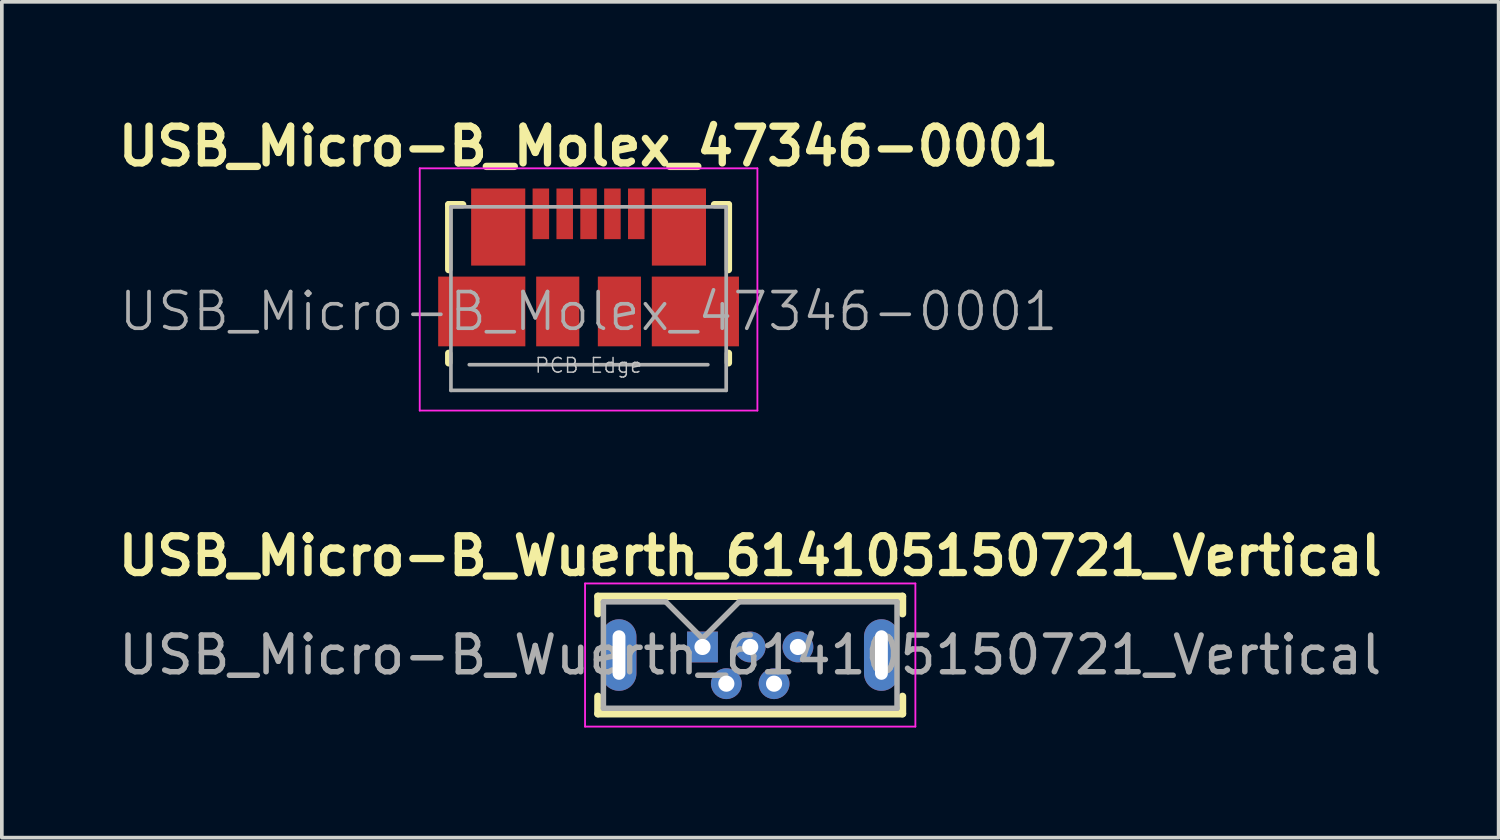
<source format=kicad_pcb>
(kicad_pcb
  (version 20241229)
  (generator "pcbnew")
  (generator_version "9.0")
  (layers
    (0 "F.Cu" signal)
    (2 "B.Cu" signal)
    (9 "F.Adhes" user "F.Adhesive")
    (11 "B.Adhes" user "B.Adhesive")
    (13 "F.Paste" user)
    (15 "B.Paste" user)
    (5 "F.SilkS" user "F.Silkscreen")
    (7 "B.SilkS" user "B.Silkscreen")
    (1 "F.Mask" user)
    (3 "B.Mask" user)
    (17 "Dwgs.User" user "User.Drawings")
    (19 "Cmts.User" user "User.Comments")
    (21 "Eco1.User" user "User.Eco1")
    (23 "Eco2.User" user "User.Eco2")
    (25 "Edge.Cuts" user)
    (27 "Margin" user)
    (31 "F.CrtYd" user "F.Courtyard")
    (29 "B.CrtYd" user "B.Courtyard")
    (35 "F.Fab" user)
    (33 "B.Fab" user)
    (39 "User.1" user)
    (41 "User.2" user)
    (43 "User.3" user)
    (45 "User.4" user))
  (footprint "USB_Micro-B_Wuerth_614105150721_Vertical"
    (layer "F.Cu")
    (at 16.09 14.577)
    (property "Reference" "USB_Micro-B_Wuerth_614105150721_Vertical" (at 1.3 -2.48 0) (layer "F.SilkS") (effects (font (size 1 1) (thickness 0.2))))
    (attr through_hole)
    (fp_line (start -2.85 -1.38) (end 5.45 -1.38) (stroke (width 0.2) (type solid)) (layer "F.SilkS"))
    (fp_line (start -2.85 -0.905) (end -2.85 -1.38) (stroke (width 0.2) (type solid)) (layer "F.SilkS"))
    (fp_line (start -2.85 1.345) (end -2.85 1.82) (stroke (width 0.2) (type solid)) (layer "F.SilkS"))
    (fp_line (start -2.85 1.82) (end 5.45 1.82) (stroke (width 0.2) (type solid)) (layer "F.SilkS"))
    (fp_line (start 5.45 -1.38) (end 5.45 -0.905) (stroke (width 0.2) (type solid)) (layer "F.SilkS"))
    (fp_line (start 5.45 1.82) (end 5.45 1.345) (stroke (width 0.2) (type solid)) (layer "F.SilkS"))
    (fp_line (start -3.2 -1.73) (end -3.2 2.17) (stroke (width 0.05) (type solid)) (layer "F.CrtYd"))
    (fp_line (start -3.2 2.17) (end 5.8 2.17) (stroke (width 0.05) (type solid)) (layer "F.CrtYd"))
    (fp_line (start 5.8 -1.73) (end -3.2 -1.73) (stroke (width 0.05) (type solid)) (layer "F.CrtYd"))
    (fp_line (start 5.8 2.17) (end 5.8 -1.73) (stroke (width 0.05) (type solid)) (layer "F.CrtYd"))
    (fp_line (start -2.7 -1.23) (end -1 -1.23) (stroke (width 0.15) (type solid)) (layer "F.Fab"))
    (fp_line (start -2.7 1.67) (end -2.7 -1.23) (stroke (width 0.15) (type solid)) (layer "F.Fab"))
    (fp_line (start -1 -1.23) (end 0 -0.23) (stroke (width 0.15) (type solid)) (layer "F.Fab"))
    (fp_line (start 0 -0.23) (end 1 -1.23) (stroke (width 0.15) (type solid)) (layer "F.Fab"))
    (fp_line (start 1 -1.23) (end 5.3 -1.23) (stroke (width 0.15) (type solid)) (layer "F.Fab"))
    (fp_line (start 5.3 -1.23) (end 5.3 1.67) (stroke (width 0.15) (type solid)) (layer "F.Fab"))
    (fp_line (start 5.3 1.67) (end -2.7 1.67) (stroke (width 0.15) (type solid)) (layer "F.Fab"))
    (fp_text user "${REFERENCE}" (at 1.3 0.22 0) (layer "F.Fab") (effects (font (size 1 1) (thickness 0.15))))
    (pad "1" thru_hole rect (at 0 0) (size 0.84 0.84) (drill 0.44) (layers "*.Cu" "*.Mask"))
    (pad "2" thru_hole circle (at 0.65 1) (size 0.84 0.84) (drill 0.44) (layers "*.Cu" "*.Mask"))
    (pad "3" thru_hole circle (at 1.3 0) (size 0.84 0.84) (drill 0.44) (layers "*.Cu" "*.Mask"))
    (pad "4" thru_hole circle (at 1.95 1) (size 0.84 0.84) (drill 0.44) (layers "*.Cu" "*.Mask"))
    (pad "5" thru_hole oval (at -2.275 0.22) (size 0.95 1.95) (drill oval 0.35 1.35) (layers "*.Cu" "*.Mask"))
    (pad "5" thru_hole circle (at 2.6 0) (size 0.84 0.84) (drill 0.44) (layers "*.Cu" "*.Mask"))
    (pad "5" thru_hole oval (at 4.875 0.22) (size 0.95 1.95) (drill oval 0.35 1.35) (layers "*.Cu" "*.Mask")))
  (footprint "USB_Micro-B_Molex_47346-0001"
    (layer "F.Cu")
    (at 12.986 4.236)
    (property "Reference" "USB_Micro-B_Molex_47346-0001" (at 0 -3.3 180) (layer "F.SilkS") (effects (font (size 1 1) (thickness 0.2))))
    (attr smd)
    (fp_line (start -3.81 -1.71) (end -3.43 -1.71) (stroke (width 0.2) (type solid)) (layer "F.SilkS"))
    (fp_line (start -3.81 0.06) (end -3.81 -1.71) (stroke (width 0.2) (type solid)) (layer "F.SilkS"))
    (fp_line (start -3.81 2.6) (end -3.81 2.34) (stroke (width 0.2) (type solid)) (layer "F.SilkS"))
    (fp_line (start 3.81 -1.71) (end 3.43 -1.71) (stroke (width 0.2) (type solid)) (layer "F.SilkS"))
    (fp_line (start 3.81 -1.71) (end 3.81 0.06) (stroke (width 0.2) (type solid)) (layer "F.SilkS"))
    (fp_line (start 3.81 2.34) (end 3.81 2.6) (stroke (width 0.2) (type solid)) (layer "F.SilkS"))
    (fp_line (start -4.6 -2.7) (end 4.6 -2.7) (stroke (width 0.05) (type solid)) (layer "F.CrtYd"))
    (fp_line (start -4.6 3.9) (end -4.6 -2.7) (stroke (width 0.05) (type solid)) (layer "F.CrtYd"))
    (fp_line (start 4.6 -2.7) (end 4.6 3.9) (stroke (width 0.05) (type solid)) (layer "F.CrtYd"))
    (fp_line (start 4.6 3.9) (end -4.6 3.9) (stroke (width 0.05) (type solid)) (layer "F.CrtYd"))
    (fp_line (start -3.75 -1.65) (end 3.75 -1.65) (stroke (width 0.1) (type solid)) (layer "F.Fab"))
    (fp_line (start -3.75 3.35) (end -3.75 -1.65) (stroke (width 0.1) (type solid)) (layer "F.Fab"))
    (fp_line (start -3.25 2.65) (end 3.25 2.65) (stroke (width 0.1) (type solid)) (layer "F.Fab"))
    (fp_line (start 3.75 -1.65) (end 3.75 3.35) (stroke (width 0.1) (type solid)) (layer "F.Fab"))
    (fp_line (start 3.75 3.35) (end -3.75 3.35) (stroke (width 0.1) (type solid)) (layer "F.Fab"))
    (fp_text user "PCB Edge" (at 0 2.67 180) (layer "Dwgs.User") (effects (font (size 0.4 0.4) (thickness 0.04))))
    (fp_text user "${REFERENCE}" (at 0 1.2 0) (layer "F.Fab") (effects (font (size 1 1) (thickness 0.1))))
    (pad "1" smd rect (at -1.3 -1.46) (size 0.45 1.38) (layers "F.Cu" "F.Mask" "F.Paste"))
    (pad "2" smd rect (at -0.65 -1.46) (size 0.45 1.38) (layers "F.Cu" "F.Mask" "F.Paste"))
    (pad "3" smd rect (at 0 -1.46) (size 0.45 1.38) (layers "F.Cu" "F.Mask" "F.Paste"))
    (pad "4" smd rect (at 0.65 -1.46) (size 0.45 1.38) (layers "F.Cu" "F.Mask" "F.Paste"))
    (pad "5" smd rect (at -2.91 1.2) (size 2.375 1.9) (layers "F.Cu" "F.Mask" "F.Paste"))
    (pad "5" smd rect (at -2.462 -1.1) (size 1.475 2.1) (layers "F.Cu" "F.Mask" "F.Paste"))
    (pad "5" smd rect (at -0.84 1.2) (size 1.175 1.9) (layers "F.Cu" "F.Mask" "F.Paste"))
    (pad "5" smd rect (at 0.84 1.2) (size 1.175 1.9) (layers "F.Cu" "F.Mask" "F.Paste"))
    (pad "5" smd rect (at 1.3 -1.46) (size 0.45 1.38) (layers "F.Cu" "F.Mask" "F.Paste"))
    (pad "5" smd rect (at 2.462 -1.1) (size 1.475 2.1) (layers "F.Cu" "F.Mask" "F.Paste"))
    (pad "5" smd rect (at 2.91 1.2) (size 2.375 1.9) (layers "F.Cu" "F.Mask" "F.Paste")))
  (gr_rect
    (start -3 -3)
    (end 37.781 19.772)
    (stroke (width 0.1) (type default))
    (fill no)
    (layer "Edge.Cuts")))
</source>
